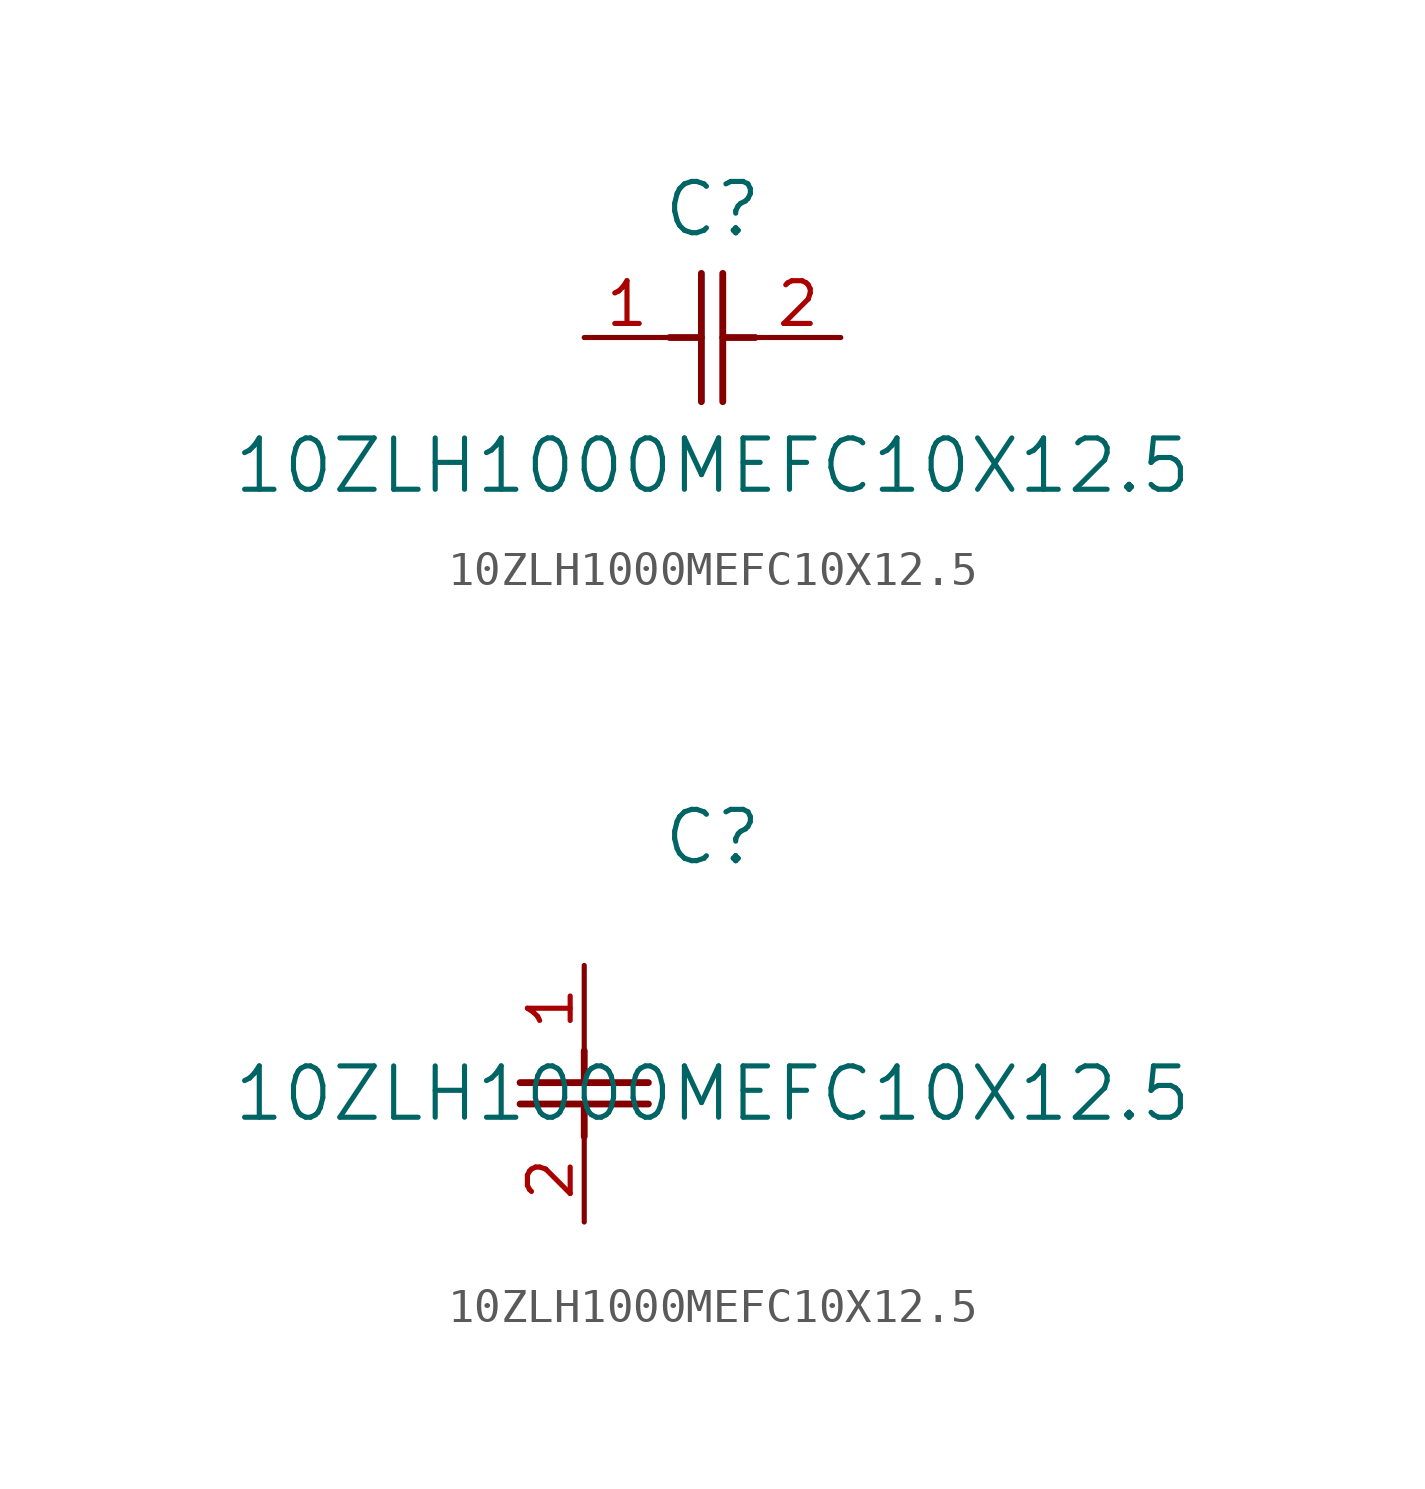
<source format=kicad_sym>
(kicad_symbol_lib
  (version 20211014)
  (generator kicad_symbol_editor)
  (symbol "10ZLH1000MEFC10X12.5"
    (pin_names
      (offset 0.254))
    (property "Reference" "C"
      (at 3.81 3.81 0)
      (effects (font (size 1.524 1.524))))
    (property "Value" "10ZLH1000MEFC10X12.5"
      (at 3.81 -3.81 0)
      (effects (font (size 1.524 1.524))))
    (symbol "10ZLH1000MEFC10X12.5_1_1"
      (polyline (pts (xy 3.48 -1.905) (xy 3.48 1.905)) (stroke (width 0.203) (type default) (color 0 0 0 0)) (fill (type none)))
      (polyline (pts (xy 4.115 -1.905) (xy 4.115 1.905)) (stroke (width 0.203) (type default) (color 0 0 0 0)) (fill (type none)))
      (polyline (pts (xy 4.115 0) (xy 5.08 0)) (stroke (width 0.203) (type default) (color 0 0 0 0)) (fill (type none)))
      (polyline (pts (xy 2.54 0) (xy 3.48 0)) (stroke (width 0.203) (type default) (color 0 0 0 0)) (fill (type none)))
      (pin unspecified line (at 0 0 0) (length 2.54) (name "" (effects (font (size 1.27 1.27)))) (number "1" (effects (font (size 1.27 1.27)))))
      (pin unspecified line (at 7.62 0 180) (length 2.54) (name "" (effects (font (size 1.27 1.27)))) (number "2" (effects (font (size 1.27 1.27))))))
    (symbol "10ZLH1000MEFC10X12.5_1_2"
      (polyline (pts (xy -1.905 -3.48) (xy 1.905 -3.48)) (stroke (width 0.203) (type default) (color 0 0 0 0)) (fill (type none)))
      (polyline (pts (xy -1.905 -4.115) (xy 1.905 -4.115)) (stroke (width 0.203) (type default) (color 0 0 0 0)) (fill (type none)))
      (polyline (pts (xy 0 -4.115) (xy 0 -5.08)) (stroke (width 0.203) (type default) (color 0 0 0 0)) (fill (type none)))
      (polyline (pts (xy 0 -2.54) (xy 0 -3.48)) (stroke (width 0.203) (type default) (color 0 0 0 0)) (fill (type none)))
      (pin unspecified line (at 0 0 270) (length 2.54) (name "" (effects (font (size 1.27 1.27)))) (number "1" (effects (font (size 1.27 1.27)))))
      (pin unspecified line (at 0 -7.62 90) (length 2.54) (name "" (effects (font (size 1.27 1.27)))) (number "2" (effects (font (size 1.27 1.27))))))))
</source>
